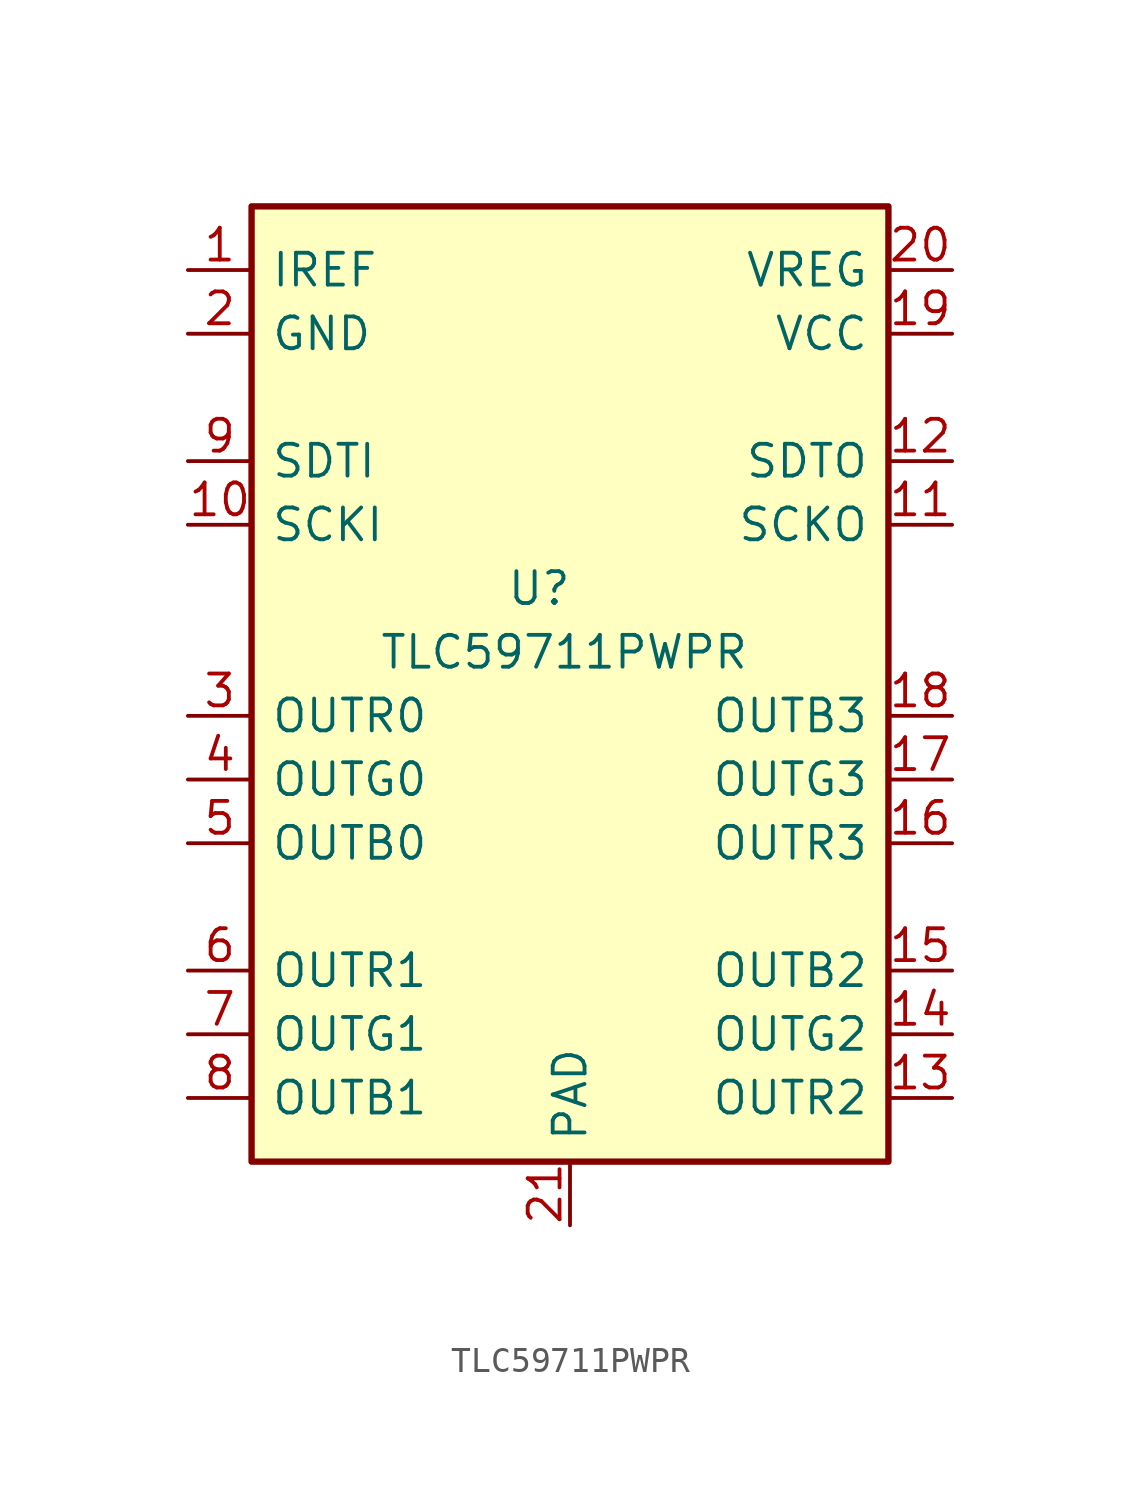
<source format=kicad_sym>
(kicad_symbol_lib
  (version 20220914)
  (generator kicad_symbol_editor)
  (symbol "TLC59711PWPR"
    (pin_names
      (offset 0.762))
    (property "Reference" "U"
      (at -2.54 2.54 0)
      (effects (font (size 1.27 1.27)) (justify left)))
    (property "Value" "TLC59711PWPR"
      (at -7.62 0 0)
      (effects (font (size 1.27 1.27)) (justify left)))
    (symbol "TLC59711PWPR_0_0"
      (pin bidirectional line (at -15.24 15.24 0) (length 2.54) (name "IREF" (effects (font (size 1.27 1.27)))) (number "1" (effects (font (size 1.27 1.27)))))
      (pin input line (at -15.24 5.08 0) (length 2.54) (name "SCKI" (effects (font (size 1.27 1.27)))) (number "10" (effects (font (size 1.27 1.27)))))
      (pin output line (at 15.24 5.08 180) (length 2.54) (name "SCKO" (effects (font (size 1.27 1.27)))) (number "11" (effects (font (size 1.27 1.27)))))
      (pin output line (at 15.24 7.62 180) (length 2.54) (name "SDTO" (effects (font (size 1.27 1.27)))) (number "12" (effects (font (size 1.27 1.27)))))
      (pin output line (at 15.24 -17.78 180) (length 2.54) (name "OUTR2" (effects (font (size 1.27 1.27)))) (number "13" (effects (font (size 1.27 1.27)))))
      (pin output line (at 15.24 -15.24 180) (length 2.54) (name "OUTG2" (effects (font (size 1.27 1.27)))) (number "14" (effects (font (size 1.27 1.27)))))
      (pin output line (at 15.24 -12.7 180) (length 2.54) (name "OUTB2" (effects (font (size 1.27 1.27)))) (number "15" (effects (font (size 1.27 1.27)))))
      (pin output line (at 15.24 -7.62 180) (length 2.54) (name "OUTR3" (effects (font (size 1.27 1.27)))) (number "16" (effects (font (size 1.27 1.27)))))
      (pin output line (at 15.24 -5.08 180) (length 2.54) (name "OUTG3" (effects (font (size 1.27 1.27)))) (number "17" (effects (font (size 1.27 1.27)))))
      (pin output line (at 15.24 -2.54 180) (length 2.54) (name "OUTB3" (effects (font (size 1.27 1.27)))) (number "18" (effects (font (size 1.27 1.27)))))
      (pin power_in line (at 15.24 12.7 180) (length 2.54) (name "VCC" (effects (font (size 1.27 1.27)))) (number "19" (effects (font (size 1.27 1.27)))))
      (pin power_in line (at -15.24 12.7 0) (length 2.54) (name "GND" (effects (font (size 1.27 1.27)))) (number "2" (effects (font (size 1.27 1.27)))))
      (pin bidirectional line (at 15.24 15.24 180) (length 2.54) (name "VREG" (effects (font (size 1.27 1.27)))) (number "20" (effects (font (size 1.27 1.27)))))
      (pin output line (at 0 -22.86 90) (length 2.54) (name "PAD" (effects (font (size 1.27 1.27)))) (number "21" (effects (font (size 1.27 1.27)))))
      (pin output line (at -15.24 -2.54 0) (length 2.54) (name "OUTR0" (effects (font (size 1.27 1.27)))) (number "3" (effects (font (size 1.27 1.27)))))
      (pin output line (at -15.24 -5.08 0) (length 2.54) (name "OUTG0" (effects (font (size 1.27 1.27)))) (number "4" (effects (font (size 1.27 1.27)))))
      (pin output line (at -15.24 -7.62 0) (length 2.54) (name "OUTB0" (effects (font (size 1.27 1.27)))) (number "5" (effects (font (size 1.27 1.27)))))
      (pin output line (at -15.24 -12.7 0) (length 2.54) (name "OUTR1" (effects (font (size 1.27 1.27)))) (number "6" (effects (font (size 1.27 1.27)))))
      (pin output line (at -15.24 -15.24 0) (length 2.54) (name "OUTG1" (effects (font (size 1.27 1.27)))) (number "7" (effects (font (size 1.27 1.27)))))
      (pin output line (at -15.24 -17.78 0) (length 2.54) (name "OUTB1" (effects (font (size 1.27 1.27)))) (number "8" (effects (font (size 1.27 1.27)))))
      (pin input line (at -15.24 7.62 0) (length 2.54) (name "SDTI" (effects (font (size 1.27 1.27)))) (number "9" (effects (font (size 1.27 1.27))))))
    (symbol "TLC59711PWPR_0_1"
      (rectangle (start -12.7 17.78) (end 12.7 -20.32) (stroke (width 0.254) (type solid)) (fill (type background))))))
</source>
